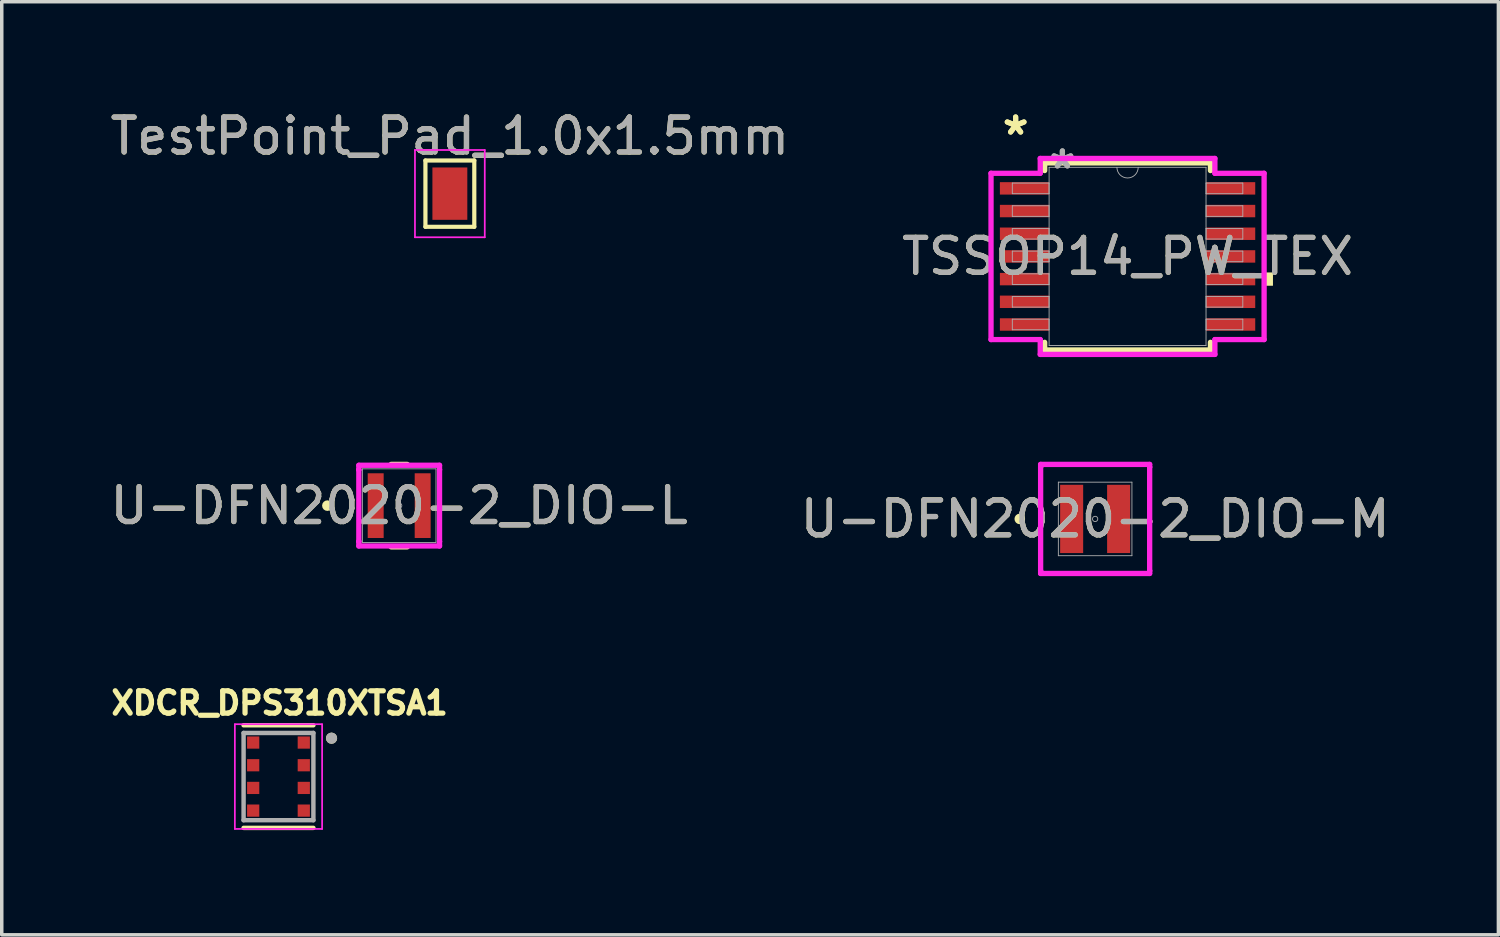
<source format=kicad_pcb>
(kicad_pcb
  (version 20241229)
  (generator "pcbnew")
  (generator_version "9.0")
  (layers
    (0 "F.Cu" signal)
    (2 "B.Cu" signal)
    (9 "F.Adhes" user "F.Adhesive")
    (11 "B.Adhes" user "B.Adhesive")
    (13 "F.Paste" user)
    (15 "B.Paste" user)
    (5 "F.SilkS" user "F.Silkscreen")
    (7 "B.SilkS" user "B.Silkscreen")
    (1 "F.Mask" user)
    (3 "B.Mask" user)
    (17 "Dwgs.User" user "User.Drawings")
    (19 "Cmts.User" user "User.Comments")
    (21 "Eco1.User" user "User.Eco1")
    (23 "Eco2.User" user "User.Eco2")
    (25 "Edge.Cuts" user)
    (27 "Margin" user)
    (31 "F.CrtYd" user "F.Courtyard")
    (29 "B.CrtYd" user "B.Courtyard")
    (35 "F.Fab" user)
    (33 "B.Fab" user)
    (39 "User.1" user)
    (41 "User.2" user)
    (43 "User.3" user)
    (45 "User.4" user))
  (footprint "TSSOP14_PW_TEX"
    (layer "F.Cu")
    (at 29.256 4.297)
    (property "Reference" "TSSOP14_PW_TEX" (at 0 0 0) (unlocked yes) (layer "F.SilkS") (effects (font (size 1 1) (thickness 0.15))))
    (attr smd)
    (fp_line (start -2.375 -2.68) (end -2.375 -2.461) (stroke (width 0.152) (type solid)) (layer "F.SilkS"))
    (fp_line (start -2.375 2.461) (end -2.375 2.68) (stroke (width 0.152) (type solid)) (layer "F.SilkS"))
    (fp_line (start -2.375 2.68) (end 2.375 2.68) (stroke (width 0.152) (type solid)) (layer "F.SilkS"))
    (fp_line (start 2.375 -2.68) (end -2.375 -2.68) (stroke (width 0.152) (type solid)) (layer "F.SilkS"))
    (fp_line (start 2.375 -2.461) (end 2.375 -2.68) (stroke (width 0.152) (type solid)) (layer "F.SilkS"))
    (fp_line (start 2.375 2.68) (end 2.375 2.461) (stroke (width 0.152) (type solid)) (layer "F.SilkS"))
    (fp_poly (pts (xy 4.166 0.459) (xy 4.166 0.84) (xy 3.912 0.84) (xy 3.912 0.459)) (stroke (width 0) (type solid)) (fill yes) (layer "F.SilkS"))
    (fp_line (start -3.912 -2.382) (end -2.502 -2.382) (stroke (width 0.152) (type solid)) (layer "F.CrtYd"))
    (fp_line (start -3.912 2.382) (end -3.912 -2.382) (stroke (width 0.152) (type solid)) (layer "F.CrtYd"))
    (fp_line (start -3.912 2.382) (end -2.502 2.382) (stroke (width 0.152) (type solid)) (layer "F.CrtYd"))
    (fp_line (start -2.502 -2.807) (end 2.502 -2.807) (stroke (width 0.152) (type solid)) (layer "F.CrtYd"))
    (fp_line (start -2.502 -2.382) (end -2.502 -2.807) (stroke (width 0.152) (type solid)) (layer "F.CrtYd"))
    (fp_line (start -2.502 2.807) (end -2.502 2.382) (stroke (width 0.152) (type solid)) (layer "F.CrtYd"))
    (fp_line (start 2.502 -2.807) (end 2.502 -2.382) (stroke (width 0.152) (type solid)) (layer "F.CrtYd"))
    (fp_line (start 2.502 2.382) (end 2.502 2.807) (stroke (width 0.152) (type solid)) (layer "F.CrtYd"))
    (fp_line (start 2.502 2.807) (end -2.502 2.807) (stroke (width 0.152) (type solid)) (layer "F.CrtYd"))
    (fp_line (start 3.912 -2.382) (end 2.502 -2.382) (stroke (width 0.152) (type solid)) (layer "F.CrtYd"))
    (fp_line (start 3.912 -2.382) (end 3.912 2.382) (stroke (width 0.152) (type solid)) (layer "F.CrtYd"))
    (fp_line (start 3.912 2.382) (end 2.502 2.382) (stroke (width 0.152) (type solid)) (layer "F.CrtYd"))
    (fp_line (start -3.302 -2.102) (end -3.302 -1.798) (stroke (width 0.025) (type solid)) (layer "F.Fab"))
    (fp_line (start -3.302 -1.798) (end -2.248 -1.798) (stroke (width 0.025) (type solid)) (layer "F.Fab"))
    (fp_line (start -3.302 -1.452) (end -3.302 -1.148) (stroke (width 0.025) (type solid)) (layer "F.Fab"))
    (fp_line (start -3.302 -1.148) (end -2.248 -1.148) (stroke (width 0.025) (type solid)) (layer "F.Fab"))
    (fp_line (start -3.302 -0.802) (end -3.302 -0.498) (stroke (width 0.025) (type solid)) (layer "F.Fab"))
    (fp_line (start -3.302 -0.498) (end -2.248 -0.498) (stroke (width 0.025) (type solid)) (layer "F.Fab"))
    (fp_line (start -3.302 -0.152) (end -3.302 0.152) (stroke (width 0.025) (type solid)) (layer "F.Fab"))
    (fp_line (start -3.302 0.152) (end -2.248 0.152) (stroke (width 0.025) (type solid)) (layer "F.Fab"))
    (fp_line (start -3.302 0.498) (end -3.302 0.802) (stroke (width 0.025) (type solid)) (layer "F.Fab"))
    (fp_line (start -3.302 0.802) (end -2.248 0.802) (stroke (width 0.025) (type solid)) (layer "F.Fab"))
    (fp_line (start -3.302 1.148) (end -3.302 1.452) (stroke (width 0.025) (type solid)) (layer "F.Fab"))
    (fp_line (start -3.302 1.452) (end -2.248 1.452) (stroke (width 0.025) (type solid)) (layer "F.Fab"))
    (fp_line (start -3.302 1.798) (end -3.302 2.102) (stroke (width 0.025) (type solid)) (layer "F.Fab"))
    (fp_line (start -3.302 2.102) (end -2.248 2.102) (stroke (width 0.025) (type solid)) (layer "F.Fab"))
    (fp_line (start -2.248 -2.553) (end -2.248 2.553) (stroke (width 0.025) (type solid)) (layer "F.Fab"))
    (fp_line (start -2.248 -2.102) (end -3.302 -2.102) (stroke (width 0.025) (type solid)) (layer "F.Fab"))
    (fp_line (start -2.248 -1.798) (end -2.248 -2.102) (stroke (width 0.025) (type solid)) (layer "F.Fab"))
    (fp_line (start -2.248 -1.452) (end -3.302 -1.452) (stroke (width 0.025) (type solid)) (layer "F.Fab"))
    (fp_line (start -2.248 -1.148) (end -2.248 -1.452) (stroke (width 0.025) (type solid)) (layer "F.Fab"))
    (fp_line (start -2.248 -0.802) (end -3.302 -0.802) (stroke (width 0.025) (type solid)) (layer "F.Fab"))
    (fp_line (start -2.248 -0.498) (end -2.248 -0.802) (stroke (width 0.025) (type solid)) (layer "F.Fab"))
    (fp_line (start -2.248 -0.152) (end -3.302 -0.152) (stroke (width 0.025) (type solid)) (layer "F.Fab"))
    (fp_line (start -2.248 0.152) (end -2.248 -0.152) (stroke (width 0.025) (type solid)) (layer "F.Fab"))
    (fp_line (start -2.248 0.498) (end -3.302 0.498) (stroke (width 0.025) (type solid)) (layer "F.Fab"))
    (fp_line (start -2.248 0.802) (end -2.248 0.498) (stroke (width 0.025) (type solid)) (layer "F.Fab"))
    (fp_line (start -2.248 1.148) (end -3.302 1.148) (stroke (width 0.025) (type solid)) (layer "F.Fab"))
    (fp_line (start -2.248 1.452) (end -2.248 1.148) (stroke (width 0.025) (type solid)) (layer "F.Fab"))
    (fp_line (start -2.248 1.798) (end -3.302 1.798) (stroke (width 0.025) (type solid)) (layer "F.Fab"))
    (fp_line (start -2.248 2.102) (end -2.248 1.798) (stroke (width 0.025) (type solid)) (layer "F.Fab"))
    (fp_line (start -2.248 2.553) (end 2.248 2.553) (stroke (width 0.025) (type solid)) (layer "F.Fab"))
    (fp_line (start 2.248 -2.553) (end -2.248 -2.553) (stroke (width 0.025) (type solid)) (layer "F.Fab"))
    (fp_line (start 2.248 -2.102) (end 2.248 -1.798) (stroke (width 0.025) (type solid)) (layer "F.Fab"))
    (fp_line (start 2.248 -1.798) (end 3.302 -1.798) (stroke (width 0.025) (type solid)) (layer "F.Fab"))
    (fp_line (start 2.248 -1.452) (end 2.248 -1.148) (stroke (width 0.025) (type solid)) (layer "F.Fab"))
    (fp_line (start 2.248 -1.148) (end 3.302 -1.148) (stroke (width 0.025) (type solid)) (layer "F.Fab"))
    (fp_line (start 2.248 -0.802) (end 2.248 -0.498) (stroke (width 0.025) (type solid)) (layer "F.Fab"))
    (fp_line (start 2.248 -0.498) (end 3.302 -0.498) (stroke (width 0.025) (type solid)) (layer "F.Fab"))
    (fp_line (start 2.248 -0.152) (end 2.248 0.152) (stroke (width 0.025) (type solid)) (layer "F.Fab"))
    (fp_line (start 2.248 0.152) (end 3.302 0.152) (stroke (width 0.025) (type solid)) (layer "F.Fab"))
    (fp_line (start 2.248 0.498) (end 2.248 0.802) (stroke (width 0.025) (type solid)) (layer "F.Fab"))
    (fp_line (start 2.248 0.802) (end 3.302 0.802) (stroke (width 0.025) (type solid)) (layer "F.Fab"))
    (fp_line (start 2.248 1.148) (end 2.248 1.452) (stroke (width 0.025) (type solid)) (layer "F.Fab"))
    (fp_line (start 2.248 1.452) (end 3.302 1.452) (stroke (width 0.025) (type solid)) (layer "F.Fab"))
    (fp_line (start 2.248 1.798) (end 2.248 2.102) (stroke (width 0.025) (type solid)) (layer "F.Fab"))
    (fp_line (start 2.248 2.102) (end 3.302 2.102) (stroke (width 0.025) (type solid)) (layer "F.Fab"))
    (fp_line (start 2.248 2.553) (end 2.248 -2.553) (stroke (width 0.025) (type solid)) (layer "F.Fab"))
    (fp_line (start 3.302 -2.102) (end 2.248 -2.102) (stroke (width 0.025) (type solid)) (layer "F.Fab"))
    (fp_line (start 3.302 -1.798) (end 3.302 -2.102) (stroke (width 0.025) (type solid)) (layer "F.Fab"))
    (fp_line (start 3.302 -1.452) (end 2.248 -1.452) (stroke (width 0.025) (type solid)) (layer "F.Fab"))
    (fp_line (start 3.302 -1.148) (end 3.302 -1.452) (stroke (width 0.025) (type solid)) (layer "F.Fab"))
    (fp_line (start 3.302 -0.802) (end 2.248 -0.802) (stroke (width 0.025) (type solid)) (layer "F.Fab"))
    (fp_line (start 3.302 -0.498) (end 3.302 -0.802) (stroke (width 0.025) (type solid)) (layer "F.Fab"))
    (fp_line (start 3.302 -0.152) (end 2.248 -0.152) (stroke (width 0.025) (type solid)) (layer "F.Fab"))
    (fp_line (start 3.302 0.152) (end 3.302 -0.152) (stroke (width 0.025) (type solid)) (layer "F.Fab"))
    (fp_line (start 3.302 0.498) (end 2.248 0.498) (stroke (width 0.025) (type solid)) (layer "F.Fab"))
    (fp_line (start 3.302 0.802) (end 3.302 0.498) (stroke (width 0.025) (type solid)) (layer "F.Fab"))
    (fp_line (start 3.302 1.148) (end 2.248 1.148) (stroke (width 0.025) (type solid)) (layer "F.Fab"))
    (fp_line (start 3.302 1.452) (end 3.302 1.148) (stroke (width 0.025) (type solid)) (layer "F.Fab"))
    (fp_line (start 3.302 1.798) (end 2.248 1.798) (stroke (width 0.025) (type solid)) (layer "F.Fab"))
    (fp_line (start 3.302 2.102) (end 3.302 1.798) (stroke (width 0.025) (type solid)) (layer "F.Fab"))
    (fp_arc (start 0.3048 -2.5527) (mid 0 -2.2479) (end -0.3048 -2.5527) (stroke (width 0.0254) (type solid)) (layer "F.Fab"))
    (fp_text user "*" (at -3.207 -3.449 0) (layer "F.SilkS") (effects (font (size 1 1) (thickness 0.15))))
    (fp_text user "*" (at -3.207 -3.449 0) (unlocked yes) (layer "F.SilkS") (effects (font (size 1 1) (thickness 0.15))))
    (fp_text user "*" (at -1.867 -2.477 0) (unlocked yes) (layer "F.Fab") (effects (font (size 1 1) (thickness 0.15))))
    (fp_text user "${REFERENCE}" (at 0 0 0) (unlocked yes) (layer "F.Fab") (effects (font (size 1 1) (thickness 0.15))))
    (fp_text user "*" (at -1.867 -2.477 0) (layer "F.Fab") (effects (font (size 1 1) (thickness 0.15))))
    (pad "1" smd rect (at -2.953 -1.95) (size 1.41 0.356) (layers "F.Cu" "F.Mask" "F.Paste"))
    (pad "2" smd rect (at -2.953 -1.3) (size 1.41 0.356) (layers "F.Cu" "F.Mask" "F.Paste"))
    (pad "3" smd rect (at -2.953 -0.65) (size 1.41 0.356) (layers "F.Cu" "F.Mask" "F.Paste"))
    (pad "4" smd rect (at -2.953 0) (size 1.41 0.356) (layers "F.Cu" "F.Mask" "F.Paste"))
    (pad "5" smd rect (at -2.953 0.65) (size 1.41 0.356) (layers "F.Cu" "F.Mask" "F.Paste"))
    (pad "6" smd rect (at -2.953 1.3) (size 1.41 0.356) (layers "F.Cu" "F.Mask" "F.Paste"))
    (pad "7" smd rect (at -2.953 1.95) (size 1.41 0.356) (layers "F.Cu" "F.Mask" "F.Paste"))
    (pad "8" smd rect (at 2.953 1.95) (size 1.41 0.356) (layers "F.Cu" "F.Mask" "F.Paste"))
    (pad "9" smd rect (at 2.953 1.3) (size 1.41 0.356) (layers "F.Cu" "F.Mask" "F.Paste"))
    (pad "10" smd rect (at 2.953 0.65) (size 1.41 0.356) (layers "F.Cu" "F.Mask" "F.Paste"))
    (pad "11" smd rect (at 2.953 0) (size 1.41 0.356) (layers "F.Cu" "F.Mask" "F.Paste"))
    (pad "12" smd rect (at 2.953 -0.65) (size 1.41 0.356) (layers "F.Cu" "F.Mask" "F.Paste"))
    (pad "13" smd rect (at 2.953 -1.3) (size 1.41 0.356) (layers "F.Cu" "F.Mask" "F.Paste"))
    (pad "14" smd rect (at 2.953 -1.95) (size 1.41 0.356) (layers "F.Cu" "F.Mask" "F.Paste")))
  (footprint "U-DFN2020-2_DIO-M"
    (layer "F.Cu")
    (at 28.327 11.818)
    (property "Reference" "U-DFN2020-2_DIO-M" (at 0 0 0) (unlocked yes) (layer "F.SilkS") (effects (font (size 1 1) (thickness 0.15))))
    (attr smd)
    (fp_circle (center -2.159 0) (end -2.083 0) (stroke (width 0.152) (type solid)) (fill no) (layer "F.SilkS"))
    (fp_line (start -1.562 -1.562) (end 1.562 -1.562) (stroke (width 0.152) (type solid)) (layer "F.CrtYd"))
    (fp_line (start -1.562 -1.486) (end -1.562 -1.562) (stroke (width 0.152) (type solid)) (layer "F.CrtYd"))
    (fp_line (start -1.562 -1.486) (end -1.562 -1.486) (stroke (width 0.152) (type solid)) (layer "F.CrtYd"))
    (fp_line (start -1.562 1.486) (end -1.562 -1.486) (stroke (width 0.152) (type solid)) (layer "F.CrtYd"))
    (fp_line (start -1.562 1.486) (end -1.562 1.486) (stroke (width 0.152) (type solid)) (layer "F.CrtYd"))
    (fp_line (start -1.562 1.562) (end -1.562 1.486) (stroke (width 0.152) (type solid)) (layer "F.CrtYd"))
    (fp_line (start 1.562 -1.562) (end 1.562 -1.486) (stroke (width 0.152) (type solid)) (layer "F.CrtYd"))
    (fp_line (start 1.562 -1.486) (end 1.562 -1.486) (stroke (width 0.152) (type solid)) (layer "F.CrtYd"))
    (fp_line (start 1.562 -1.486) (end 1.562 1.486) (stroke (width 0.152) (type solid)) (layer "F.CrtYd"))
    (fp_line (start 1.562 1.486) (end 1.562 1.486) (stroke (width 0.152) (type solid)) (layer "F.CrtYd"))
    (fp_line (start 1.562 1.486) (end 1.562 1.562) (stroke (width 0.152) (type solid)) (layer "F.CrtYd"))
    (fp_line (start 1.562 1.562) (end -1.562 1.562) (stroke (width 0.152) (type solid)) (layer "F.CrtYd"))
    (fp_line (start -1.054 -1.054) (end -1.054 1.054) (stroke (width 0.025) (type solid)) (layer "F.Fab"))
    (fp_line (start -1.054 1.054) (end 1.054 1.054) (stroke (width 0.025) (type solid)) (layer "F.Fab"))
    (fp_line (start 1.054 -1.054) (end -1.054 -1.054) (stroke (width 0.025) (type solid)) (layer "F.Fab"))
    (fp_line (start 1.054 1.054) (end 1.054 -1.054) (stroke (width 0.025) (type solid)) (layer "F.Fab"))
    (fp_circle (center 0 0) (end 0.076 0) (stroke (width 0.025) (type solid)) (fill no) (layer "F.Fab"))
    (fp_text user "${REFERENCE}" (at 0 0 0) (unlocked yes) (layer "F.Fab") (effects (font (size 1 1) (thickness 0.15))))
    (pad "1" smd rect (at -0.673 0) (size 0.66 1.956) (layers "F.Cu" "F.Mask" "F.Paste"))
    (pad "2" smd rect (at 0.673 0) (size 0.66 1.956) (layers "F.Cu" "F.Mask" "F.Paste")))
  (footprint "U-DFN2020-2_DIO-L"
    (layer "F.Cu")
    (at 8.387 11.437)
    (property "Reference" "U-DFN2020-2_DIO-L" (at 0 0 0) (unlocked yes) (layer "F.SilkS") (effects (font (size 1 1) (thickness 0.15))))
    (attr smd)
    (fp_line (start -0.23 1.181) (end 0.23 1.181) (stroke (width 0.152) (type solid)) (layer "F.SilkS"))
    (fp_line (start 0.23 -1.181) (end -0.23 -1.181) (stroke (width 0.152) (type solid)) (layer "F.SilkS"))
    (fp_circle (center -2.057 0) (end -1.981 0) (stroke (width 0.152) (type solid)) (fill no) (layer "F.SilkS"))
    (fp_line (start -1.156 -1.156) (end 1.156 -1.156) (stroke (width 0.152) (type solid)) (layer "F.CrtYd"))
    (fp_line (start -1.156 -1.029) (end -1.156 -1.156) (stroke (width 0.152) (type solid)) (layer "F.CrtYd"))
    (fp_line (start -1.156 -1.029) (end -1.156 -1.029) (stroke (width 0.152) (type solid)) (layer "F.CrtYd"))
    (fp_line (start -1.156 1.029) (end -1.156 -1.029) (stroke (width 0.152) (type solid)) (layer "F.CrtYd"))
    (fp_line (start -1.156 1.029) (end -1.156 1.029) (stroke (width 0.152) (type solid)) (layer "F.CrtYd"))
    (fp_line (start -1.156 1.156) (end -1.156 1.029) (stroke (width 0.152) (type solid)) (layer "F.CrtYd"))
    (fp_line (start 1.156 -1.156) (end 1.156 -1.029) (stroke (width 0.152) (type solid)) (layer "F.CrtYd"))
    (fp_line (start 1.156 -1.029) (end 1.156 -1.029) (stroke (width 0.152) (type solid)) (layer "F.CrtYd"))
    (fp_line (start 1.156 -1.029) (end 1.156 1.029) (stroke (width 0.152) (type solid)) (layer "F.CrtYd"))
    (fp_line (start 1.156 1.029) (end 1.156 1.029) (stroke (width 0.152) (type solid)) (layer "F.CrtYd"))
    (fp_line (start 1.156 1.029) (end 1.156 1.156) (stroke (width 0.152) (type solid)) (layer "F.CrtYd"))
    (fp_line (start 1.156 1.156) (end -1.156 1.156) (stroke (width 0.152) (type solid)) (layer "F.CrtYd"))
    (fp_line (start -1.054 -1.054) (end -1.054 1.054) (stroke (width 0.025) (type solid)) (layer "F.Fab"))
    (fp_line (start -1.054 1.054) (end 1.054 1.054) (stroke (width 0.025) (type solid)) (layer "F.Fab"))
    (fp_line (start 1.054 -1.054) (end -1.054 -1.054) (stroke (width 0.025) (type solid)) (layer "F.Fab"))
    (fp_line (start 1.054 1.054) (end 1.054 -1.054) (stroke (width 0.025) (type solid)) (layer "F.Fab"))
    (fp_circle (center 0 0) (end 0.076 0) (stroke (width 0.025) (type solid)) (fill no) (layer "F.Fab"))
    (fp_text user "${REFERENCE}" (at 0 0 0) (unlocked yes) (layer "F.Fab") (effects (font (size 1 1) (thickness 0.15))))
    (pad "1" smd rect (at -0.673 0) (size 0.457 1.854) (layers "F.Cu" "F.Mask" "F.Paste"))
    (pad "2" smd rect (at 0.673 0) (size 0.457 1.854) (layers "F.Cu" "F.Mask" "F.Paste")))
  (footprint "TestPoint_Pad_1.0x1.5mm"
    (layer "F.Cu")
    (at 9.839 2.498)
    (property "Reference" "TestPoint_Pad_1.0x1.5mm" (at 0 -1.648 0) (layer "F.SilkS") (effects (font (size 1 1) (thickness 0.15))))
    (attr exclude_from_pos_files exclude_from_bom)
    (fp_line (start -0.7 -0.95) (end 0.7 -0.95) (stroke (width 0.12) (type solid)) (layer "F.SilkS"))
    (fp_line (start -0.7 0.95) (end -0.7 -0.95) (stroke (width 0.12) (type solid)) (layer "F.SilkS"))
    (fp_line (start 0.7 -0.95) (end 0.7 0.95) (stroke (width 0.12) (type solid)) (layer "F.SilkS"))
    (fp_line (start 0.7 0.95) (end -0.7 0.95) (stroke (width 0.12) (type solid)) (layer "F.SilkS"))
    (fp_line (start -1 -1.25) (end -1 1.25) (stroke (width 0.05) (type solid)) (layer "F.CrtYd"))
    (fp_line (start -1 -1.25) (end 1 -1.25) (stroke (width 0.05) (type solid)) (layer "F.CrtYd"))
    (fp_line (start 1 1.25) (end -1 1.25) (stroke (width 0.05) (type solid)) (layer "F.CrtYd"))
    (fp_line (start 1 1.25) (end 1 -1.25) (stroke (width 0.05) (type solid)) (layer "F.CrtYd"))
    (fp_text user "${REFERENCE}" (at 0 -1.65 0) (layer "F.Fab") (effects (font (size 1 1) (thickness 0.15))))
    (pad "1" smd rect (at 0 0) (size 1 1.5) (layers "F.Cu" "F.Mask")))
  (footprint "XDCR_DPS310XTSA1"
    (layer "F.Cu")
    (at 4.929 19.2)
    (property "Reference" "XDCR_DPS310XTSA1" (at 0.032 -2.106 0) (layer "F.SilkS") (effects (font (size 0.64 0.64) (thickness 0.15))))
    (attr smd)
    (fp_line (start -1 1.47) (end 1 1.47) (stroke (width 0.127) (type solid)) (layer "F.SilkS"))
    (fp_line (start 1 -1.47) (end -1 -1.47) (stroke (width 0.127) (type solid)) (layer "F.SilkS"))
    (fp_circle (center 1.52 -1.1) (end 1.6 -1.1) (stroke (width 0.16) (type solid)) (fill no) (layer "F.SilkS"))
    (fp_circle (center -0.725 -0.975) (end -0.637 -0.975) (stroke (width 0.175) (type solid)) (fill no) (layer "F.Paste"))
    (fp_circle (center -0.725 -0.325) (end -0.637 -0.325) (stroke (width 0.175) (type solid)) (fill no) (layer "F.Paste"))
    (fp_circle (center -0.725 0.325) (end -0.637 0.325) (stroke (width 0.175) (type solid)) (fill no) (layer "F.Paste"))
    (fp_circle (center -0.725 0.975) (end -0.637 0.975) (stroke (width 0.175) (type solid)) (fill no) (layer "F.Paste"))
    (fp_circle (center 0.725 -0.975) (end 0.812 -0.975) (stroke (width 0.175) (type solid)) (fill no) (layer "F.Paste"))
    (fp_circle (center 0.725 -0.325) (end 0.812 -0.325) (stroke (width 0.175) (type solid)) (fill no) (layer "F.Paste"))
    (fp_circle (center 0.725 0.325) (end 0.812 0.325) (stroke (width 0.175) (type solid)) (fill no) (layer "F.Paste"))
    (fp_circle (center 0.725 0.975) (end 0.812 0.975) (stroke (width 0.175) (type solid)) (fill no) (layer "F.Paste"))
    (fp_line (start -1.25 -1.5) (end -1.25 1.5) (stroke (width 0.05) (type solid)) (layer "F.CrtYd"))
    (fp_line (start -1.25 1.5) (end 1.25 1.5) (stroke (width 0.05) (type solid)) (layer "F.CrtYd"))
    (fp_line (start 1.25 -1.5) (end -1.25 -1.5) (stroke (width 0.05) (type solid)) (layer "F.CrtYd"))
    (fp_line (start 1.25 1.5) (end 1.25 -1.5) (stroke (width 0.05) (type solid)) (layer "F.CrtYd"))
    (fp_line (start -1 -1.25) (end -1 1.25) (stroke (width 0.127) (type solid)) (layer "F.Fab"))
    (fp_line (start -1 -1.25) (end 1 -1.25) (stroke (width 0.127) (type solid)) (layer "F.Fab"))
    (fp_line (start 1 1.25) (end -1 1.25) (stroke (width 0.127) (type solid)) (layer "F.Fab"))
    (fp_line (start 1 1.25) (end 1 -1.25) (stroke (width 0.127) (type solid)) (layer "F.Fab"))
    (fp_circle (center 1.52 -1.1) (end 1.6 -1.1) (stroke (width 0.16) (type solid)) (fill no) (layer "F.Fab"))
    (pad "1" smd rect (at 0.725 -0.975) (size 0.35 0.35) (layers "F.Cu" "F.Mask"))
    (pad "2" smd rect (at 0.725 -0.325) (size 0.35 0.35) (layers "F.Cu" "F.Mask"))
    (pad "3" smd rect (at 0.725 0.325) (size 0.35 0.35) (layers "F.Cu" "F.Mask"))
    (pad "4" smd rect (at 0.725 0.975) (size 0.35 0.35) (layers "F.Cu" "F.Mask"))
    (pad "5" smd rect (at -0.725 0.975) (size 0.35 0.35) (layers "F.Cu" "F.Mask"))
    (pad "6" smd rect (at -0.725 0.325) (size 0.35 0.35) (layers "F.Cu" "F.Mask"))
    (pad "7" smd rect (at -0.725 -0.325) (size 0.35 0.35) (layers "F.Cu" "F.Mask"))
    (pad "8" smd rect (at -0.725 -0.975) (size 0.35 0.35) (layers "F.Cu" "F.Mask")))
  (gr_rect
    (start -3 -3)
    (end 39.881 23.734)
    (stroke (width 0.1) (type default))
    (fill no)
    (layer "Edge.Cuts")))
</source>
